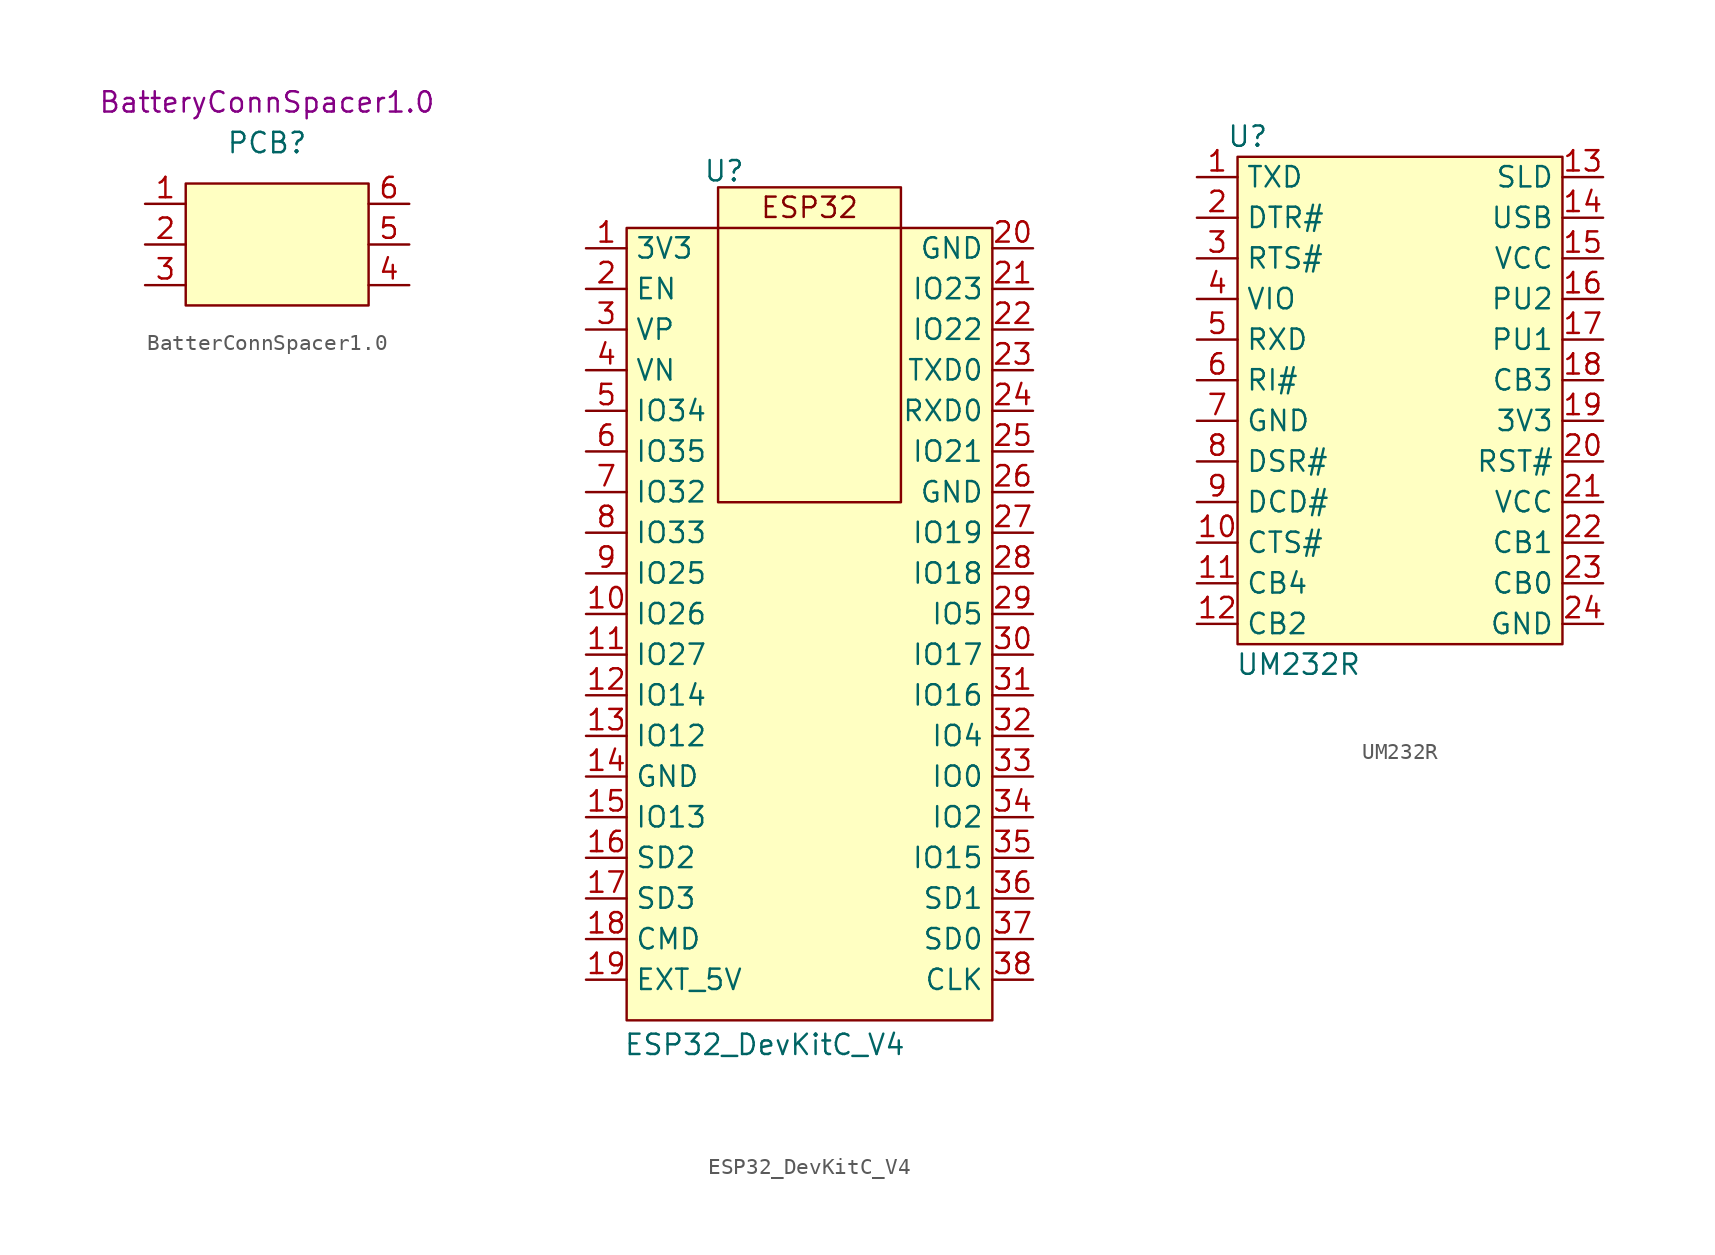
<source format=kicad_sym>
(kicad_symbol_lib
  (version 20241209)
  (generator "kicad_symbol_editor")
  (generator_version "9.0")
  (symbol "BatterConnSpacer1.0"
    (pin_names
      (hide yes))
    (property "Reference" "PCB"
      (at 0 6.35 0)
      (effects (font (size 1.27 1.27))))
    (property "PartNumber" "BatteryConnSpacer1.0"
      (at 0 8.89 0)
      (effects (font (size 1.27 1.27))))
    (symbol "BatterConnSpacer1.0_1_1"
      (rectangle (start -5.08 3.81) (end 6.35 -3.81) (stroke (width 0) (type default)) (fill (type background)))
      (pin input line (at -7.62 2.54 0) (length 2.54) (name "" (effects (font (size 1.27 1.27)))) (number "1" (effects (font (size 1.27 1.27)))))
      (pin input line (at -7.62 0 0) (length 2.54) (name "" (effects (font (size 1.27 1.27)))) (number "2" (effects (font (size 1.27 1.27)))))
      (pin input line (at -7.62 -2.54 0) (length 2.54) (name "" (effects (font (size 1.27 1.27)))) (number "3" (effects (font (size 1.27 1.27)))))
      (pin input line (at 8.89 2.54 180) (length 2.54) (name "" (effects (font (size 1.27 1.27)))) (number "6" (effects (font (size 1.27 1.27)))))
      (pin input line (at 8.89 0 180) (length 2.54) (name "" (effects (font (size 1.27 1.27)))) (number "5" (effects (font (size 1.27 1.27)))))
      (pin input line (at 8.89 -2.54 180) (length 2.54) (name "" (effects (font (size 1.27 1.27)))) (number "4" (effects (font (size 1.27 1.27)))))))
  (symbol "ESP32_DevKitC_V4"
    (property "Reference" "U"
      (at 8.636 4.826 0)
      (effects (font (size 1.27 1.27))))
    (property "Value" "ESP32_DevKitC_V4"
      (at 11.176 -49.784 0)
      (effects (font (size 1.27 1.27))))
    (symbol "ESP32_DevKitC_V4_0_0"
      (pin passive line (at 0 0 0) (length 2.54) (name "3V3" (effects (font (size 1.27 1.27)))) (number "1" (effects (font (size 1.27 1.27)))))
      (pin passive line (at 0 -2.54 0) (length 2.54) (name "EN" (effects (font (size 1.27 1.27)))) (number "2" (effects (font (size 1.27 1.27)))))
      (pin passive line (at 0 -5.08 0) (length 2.54) (name "VP" (effects (font (size 1.27 1.27)))) (number "3" (effects (font (size 1.27 1.27)))))
      (pin passive line (at 0 -7.62 0) (length 2.54) (name "VN" (effects (font (size 1.27 1.27)))) (number "4" (effects (font (size 1.27 1.27)))))
      (pin passive line (at 0 -10.16 0) (length 2.54) (name "IO34" (effects (font (size 1.27 1.27)))) (number "5" (effects (font (size 1.27 1.27)))))
      (pin passive line (at 0 -12.7 0) (length 2.54) (name "IO35" (effects (font (size 1.27 1.27)))) (number "6" (effects (font (size 1.27 1.27)))))
      (pin passive line (at 0 -15.24 0) (length 2.54) (name "IO32" (effects (font (size 1.27 1.27)))) (number "7" (effects (font (size 1.27 1.27)))))
      (pin passive line (at 0 -17.78 0) (length 2.54) (name "IO33" (effects (font (size 1.27 1.27)))) (number "8" (effects (font (size 1.27 1.27)))))
      (pin passive line (at 0 -20.32 0) (length 2.54) (name "IO25" (effects (font (size 1.27 1.27)))) (number "9" (effects (font (size 1.27 1.27)))))
      (pin passive line (at 0 -22.86 0) (length 2.54) (name "IO26" (effects (font (size 1.27 1.27)))) (number "10" (effects (font (size 1.27 1.27)))))
      (pin passive line (at 0 -25.4 0) (length 2.54) (name "IO27" (effects (font (size 1.27 1.27)))) (number "11" (effects (font (size 1.27 1.27)))))
      (pin passive line (at 0 -27.94 0) (length 2.54) (name "IO14" (effects (font (size 1.27 1.27)))) (number "12" (effects (font (size 1.27 1.27)))))
      (pin passive line (at 0 -30.48 0) (length 2.54) (name "IO12" (effects (font (size 1.27 1.27)))) (number "13" (effects (font (size 1.27 1.27)))))
      (pin passive line (at 0 -33.02 0) (length 2.54) (name "GND" (effects (font (size 1.27 1.27)))) (number "14" (effects (font (size 1.27 1.27)))))
      (pin passive line (at 0 -35.56 0) (length 2.54) (name "IO13" (effects (font (size 1.27 1.27)))) (number "15" (effects (font (size 1.27 1.27)))))
      (pin passive line (at 0 -38.1 0) (length 2.54) (name "SD2" (effects (font (size 1.27 1.27)))) (number "16" (effects (font (size 1.27 1.27)))))
      (pin passive line (at 0 -40.64 0) (length 2.54) (name "SD3" (effects (font (size 1.27 1.27)))) (number "17" (effects (font (size 1.27 1.27)))))
      (pin passive line (at 0 -43.18 0) (length 2.54) (name "CMD" (effects (font (size 1.27 1.27)))) (number "18" (effects (font (size 1.27 1.27)))))
      (pin passive line (at 0 -45.72 0) (length 2.54) (name "EXT_5V" (effects (font (size 1.27 1.27)))) (number "19" (effects (font (size 1.27 1.27)))))
      (pin passive line (at 27.94 0 180) (length 2.54) (name "GND" (effects (font (size 1.27 1.27)))) (number "20" (effects (font (size 1.27 1.27)))))
      (pin passive line (at 27.94 -2.54 180) (length 2.54) (name "IO23" (effects (font (size 1.27 1.27)))) (number "21" (effects (font (size 1.27 1.27)))))
      (pin passive line (at 27.94 -5.08 180) (length 2.54) (name "IO22" (effects (font (size 1.27 1.27)))) (number "22" (effects (font (size 1.27 1.27)))))
      (pin passive line (at 27.94 -7.62 180) (length 2.54) (name "TXD0" (effects (font (size 1.27 1.27)))) (number "23" (effects (font (size 1.27 1.27)))))
      (pin passive line (at 27.94 -10.16 180) (length 2.54) (name "RXD0" (effects (font (size 1.27 1.27)))) (number "24" (effects (font (size 1.27 1.27)))))
      (pin passive line (at 27.94 -12.7 180) (length 2.54) (name "IO21" (effects (font (size 1.27 1.27)))) (number "25" (effects (font (size 1.27 1.27)))))
      (pin passive line (at 27.94 -15.24 180) (length 2.54) (name "GND" (effects (font (size 1.27 1.27)))) (number "26" (effects (font (size 1.27 1.27)))))
      (pin passive line (at 27.94 -17.78 180) (length 2.54) (name "IO19" (effects (font (size 1.27 1.27)))) (number "27" (effects (font (size 1.27 1.27)))))
      (pin passive line (at 27.94 -20.32 180) (length 2.54) (name "IO18" (effects (font (size 1.27 1.27)))) (number "28" (effects (font (size 1.27 1.27)))))
      (pin passive line (at 27.94 -22.86 180) (length 2.54) (name "IO5" (effects (font (size 1.27 1.27)))) (number "29" (effects (font (size 1.27 1.27)))))
      (pin passive line (at 27.94 -25.4 180) (length 2.54) (name "IO17" (effects (font (size 1.27 1.27)))) (number "30" (effects (font (size 1.27 1.27)))))
      (pin passive line (at 27.94 -27.94 180) (length 2.54) (name "IO16" (effects (font (size 1.27 1.27)))) (number "31" (effects (font (size 1.27 1.27)))))
      (pin passive line (at 27.94 -30.48 180) (length 2.54) (name "IO4" (effects (font (size 1.27 1.27)))) (number "32" (effects (font (size 1.27 1.27)))))
      (pin passive line (at 27.94 -33.02 180) (length 2.54) (name "IO0" (effects (font (size 1.27 1.27)))) (number "33" (effects (font (size 1.27 1.27)))))
      (pin passive line (at 27.94 -35.56 180) (length 2.54) (name "IO2" (effects (font (size 1.27 1.27)))) (number "34" (effects (font (size 1.27 1.27)))))
      (pin passive line (at 27.94 -38.1 180) (length 2.54) (name "IO15" (effects (font (size 1.27 1.27)))) (number "35" (effects (font (size 1.27 1.27)))))
      (pin passive line (at 27.94 -40.64 180) (length 2.54) (name "SD1" (effects (font (size 1.27 1.27)))) (number "36" (effects (font (size 1.27 1.27)))))
      (pin passive line (at 27.94 -43.18 180) (length 2.54) (name "SD0" (effects (font (size 1.27 1.27)))) (number "37" (effects (font (size 1.27 1.27)))))
      (pin passive line (at 27.94 -45.72 180) (length 2.54) (name "CLK" (effects (font (size 1.27 1.27)))) (number "38" (effects (font (size 1.27 1.27))))))
    (symbol "ESP32_DevKitC_V4_1_1"
      (rectangle (start 2.54 1.27) (end 25.4 -48.26) (stroke (width 0) (type default)) (fill (type background)))
      (rectangle (start 8.255 3.81) (end 19.685 -15.875) (stroke (width 0) (type default)) (fill (type background)))
      (text "ESP32" (at 13.97 2.54 0) (effects (font (size 1.27 1.27))))))
  (symbol "UM232R"
    (property "Reference" "U"
      (at 3.175 2.54 0)
      (effects (font (size 1.27 1.27))))
    (property "Value" "UM232R"
      (at 6.35 -30.48 0)
      (effects (font (size 1.27 1.27))))
    (symbol "UM232R_1_1"
      (rectangle (start 2.54 1.27) (end 22.86 -29.21) (stroke (width 0) (type solid)) (fill (type background)))
      (pin passive line (at 0 0 0) (length 2.54) (name "TXD" (effects (font (size 1.27 1.27)))) (number "1" (effects (font (size 1.27 1.27)))))
      (pin passive line (at 0 -2.54 0) (length 2.54) (name "DTR#" (effects (font (size 1.27 1.27)))) (number "2" (effects (font (size 1.27 1.27)))))
      (pin passive line (at 0 -5.08 0) (length 2.54) (name "RTS#" (effects (font (size 1.27 1.27)))) (number "3" (effects (font (size 1.27 1.27)))))
      (pin passive line (at 0 -7.62 0) (length 2.54) (name "VIO" (effects (font (size 1.27 1.27)))) (number "4" (effects (font (size 1.27 1.27)))))
      (pin passive line (at 0 -10.16 0) (length 2.54) (name "RXD" (effects (font (size 1.27 1.27)))) (number "5" (effects (font (size 1.27 1.27)))))
      (pin passive line (at 0 -12.7 0) (length 2.54) (name "RI#" (effects (font (size 1.27 1.27)))) (number "6" (effects (font (size 1.27 1.27)))))
      (pin passive line (at 0 -15.24 0) (length 2.54) (name "GND" (effects (font (size 1.27 1.27)))) (number "7" (effects (font (size 1.27 1.27)))))
      (pin passive line (at 0 -17.78 0) (length 2.54) (name "DSR#" (effects (font (size 1.27 1.27)))) (number "8" (effects (font (size 1.27 1.27)))))
      (pin passive line (at 0 -20.32 0) (length 2.54) (name "DCD#" (effects (font (size 1.27 1.27)))) (number "9" (effects (font (size 1.27 1.27)))))
      (pin passive line (at 0 -22.86 0) (length 2.54) (name "CTS#" (effects (font (size 1.27 1.27)))) (number "10" (effects (font (size 1.27 1.27)))))
      (pin passive line (at 0 -25.4 0) (length 2.54) (name "CB4" (effects (font (size 1.27 1.27)))) (number "11" (effects (font (size 1.27 1.27)))))
      (pin passive line (at 0 -27.94 0) (length 2.54) (name "CB2" (effects (font (size 1.27 1.27)))) (number "12" (effects (font (size 1.27 1.27)))))
      (pin passive line (at 25.4 0 180) (length 2.54) (name "SLD" (effects (font (size 1.27 1.27)))) (number "13" (effects (font (size 1.27 1.27)))))
      (pin passive line (at 25.4 -2.54 180) (length 2.54) (name "USB" (effects (font (size 1.27 1.27)))) (number "14" (effects (font (size 1.27 1.27)))))
      (pin passive line (at 25.4 -5.08 180) (length 2.54) (name "VCC" (effects (font (size 1.27 1.27)))) (number "15" (effects (font (size 1.27 1.27)))))
      (pin passive line (at 25.4 -7.62 180) (length 2.54) (name "PU2" (effects (font (size 1.27 1.27)))) (number "16" (effects (font (size 1.27 1.27)))))
      (pin passive line (at 25.4 -10.16 180) (length 2.54) (name "PU1" (effects (font (size 1.27 1.27)))) (number "17" (effects (font (size 1.27 1.27)))))
      (pin passive line (at 25.4 -12.7 180) (length 2.54) (name "CB3" (effects (font (size 1.27 1.27)))) (number "18" (effects (font (size 1.27 1.27)))))
      (pin passive line (at 25.4 -15.24 180) (length 2.54) (name "3V3" (effects (font (size 1.27 1.27)))) (number "19" (effects (font (size 1.27 1.27)))))
      (pin passive line (at 25.4 -17.78 180) (length 2.54) (name "RST#" (effects (font (size 1.27 1.27)))) (number "20" (effects (font (size 1.27 1.27)))))
      (pin passive line (at 25.4 -20.32 180) (length 2.54) (name "VCC" (effects (font (size 1.27 1.27)))) (number "21" (effects (font (size 1.27 1.27)))))
      (pin passive line (at 25.4 -22.86 180) (length 2.54) (name "CB1" (effects (font (size 1.27 1.27)))) (number "22" (effects (font (size 1.27 1.27)))))
      (pin passive line (at 25.4 -25.4 180) (length 2.54) (name "CB0" (effects (font (size 1.27 1.27)))) (number "23" (effects (font (size 1.27 1.27)))))
      (pin passive line (at 25.4 -27.94 180) (length 2.54) (name "GND" (effects (font (size 1.27 1.27)))) (number "24" (effects (font (size 1.27 1.27))))))))
</source>
